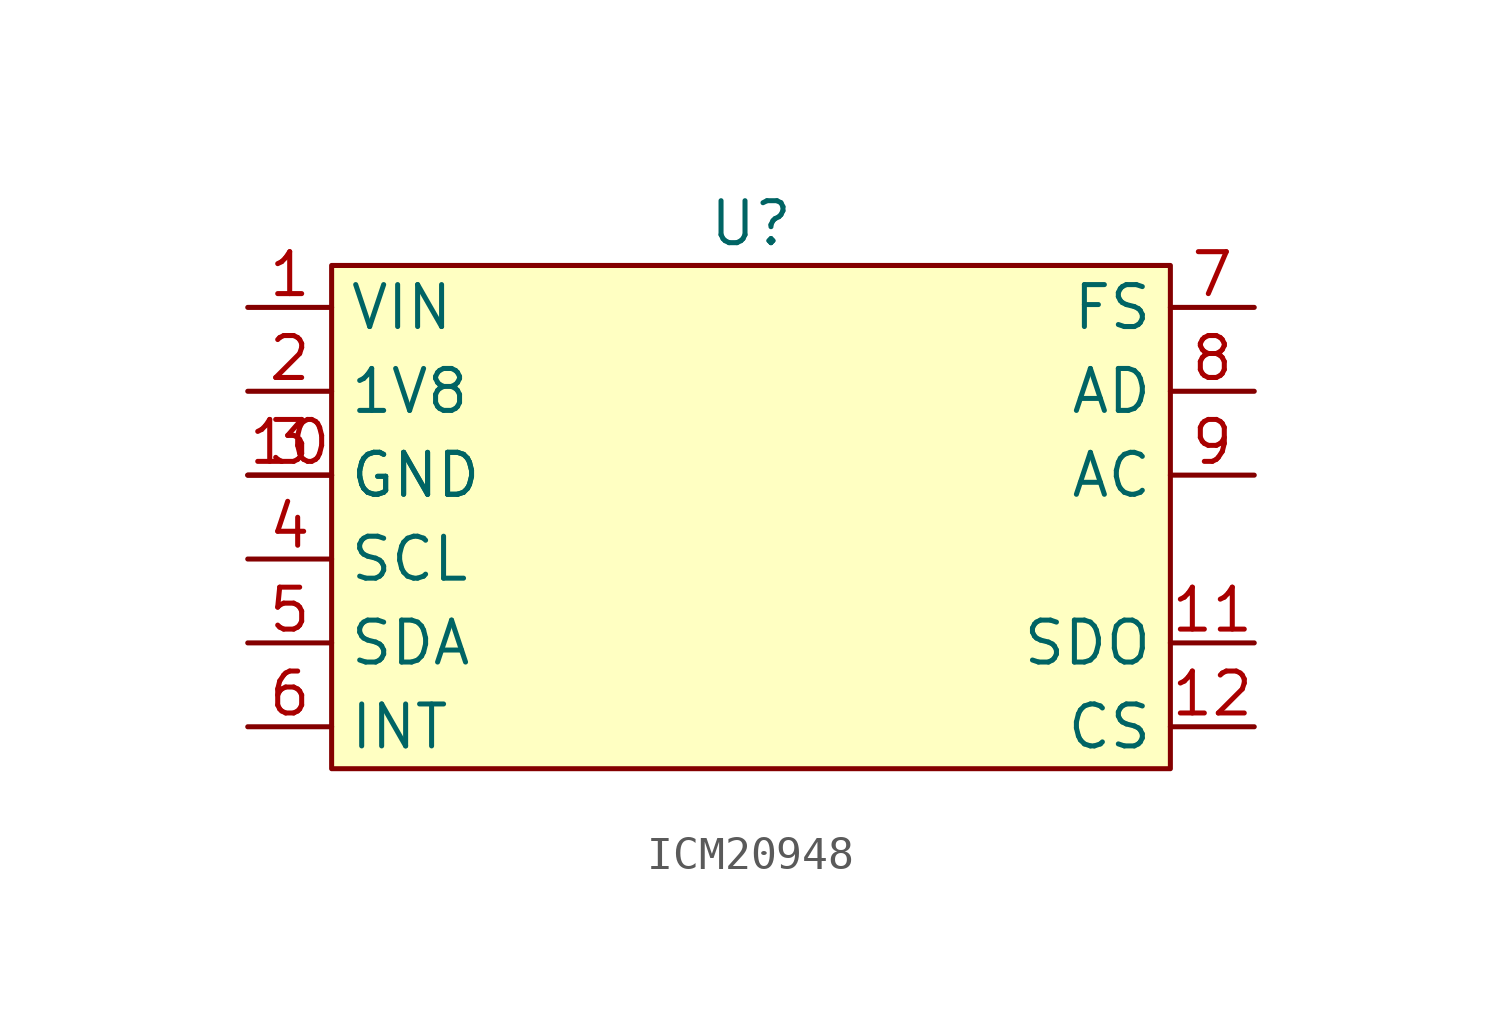
<source format=kicad_sym>
(kicad_symbol_lib
  (version 20231120)
  (generator "kicad_symbol_editor")
  (generator_version "8.0")
  (symbol "ICM20948"
    (property "Reference" "U"
      (at 0 8.89 0)
      (effects (font (size 1.27 1.27))))
    (property "Value" ""
      (at -5.08 -3.81 0)
      (effects (font (size 1.27 1.27))))
    (symbol "ICM20948_1_1"
      (rectangle (start -12.7 7.62) (end 12.7 -7.62) (stroke (width 0) (type default)) (fill (type background)))
      (pin power_in line (at -15.24 6.35 0) (length 2.54) (name "VIN" (effects (font (size 1.27 1.27)))) (number "1" (effects (font (size 1.27 1.27)))))
      (pin input line (at -15.24 1.27 0) (length 2.54) (name "GND" (effects (font (size 1.27 1.27)))) (number "10" (effects (font (size 1.27 1.27)))))
      (pin bidirectional line (at 15.24 -3.81 180) (length 2.54) (name "SDO" (effects (font (size 1.27 1.27)))) (number "11" (effects (font (size 1.27 1.27)))))
      (pin bidirectional line (at 15.24 -6.35 180) (length 2.54) (name "CS" (effects (font (size 1.27 1.27)))) (number "12" (effects (font (size 1.27 1.27)))))
      (pin power_out line (at -15.24 3.81 0) (length 2.54) (name "1V8" (effects (font (size 1.27 1.27)))) (number "2" (effects (font (size 1.27 1.27)))))
      (pin input line (at -15.24 1.27 0) (length 2.54) (name "GND" (effects (font (size 1.27 1.27)))) (number "3" (effects (font (size 1.27 1.27)))))
      (pin bidirectional line (at -15.24 -1.27 0) (length 2.54) (name "SCL" (effects (font (size 1.27 1.27)))) (number "4" (effects (font (size 1.27 1.27)))))
      (pin bidirectional line (at -15.24 -3.81 0) (length 2.54) (name "SDA" (effects (font (size 1.27 1.27)))) (number "5" (effects (font (size 1.27 1.27)))))
      (pin output line (at -15.24 -6.35 0) (length 2.54) (name "INT" (effects (font (size 1.27 1.27)))) (number "6" (effects (font (size 1.27 1.27)))))
      (pin bidirectional line (at 15.24 6.35 180) (length 2.54) (name "FS" (effects (font (size 1.27 1.27)))) (number "7" (effects (font (size 1.27 1.27)))))
      (pin bidirectional line (at 15.24 3.81 180) (length 2.54) (name "AD" (effects (font (size 1.27 1.27)))) (number "8" (effects (font (size 1.27 1.27)))))
      (pin bidirectional line (at 15.24 1.27 180) (length 2.54) (name "AC" (effects (font (size 1.27 1.27)))) (number "9" (effects (font (size 1.27 1.27))))))))
</source>
